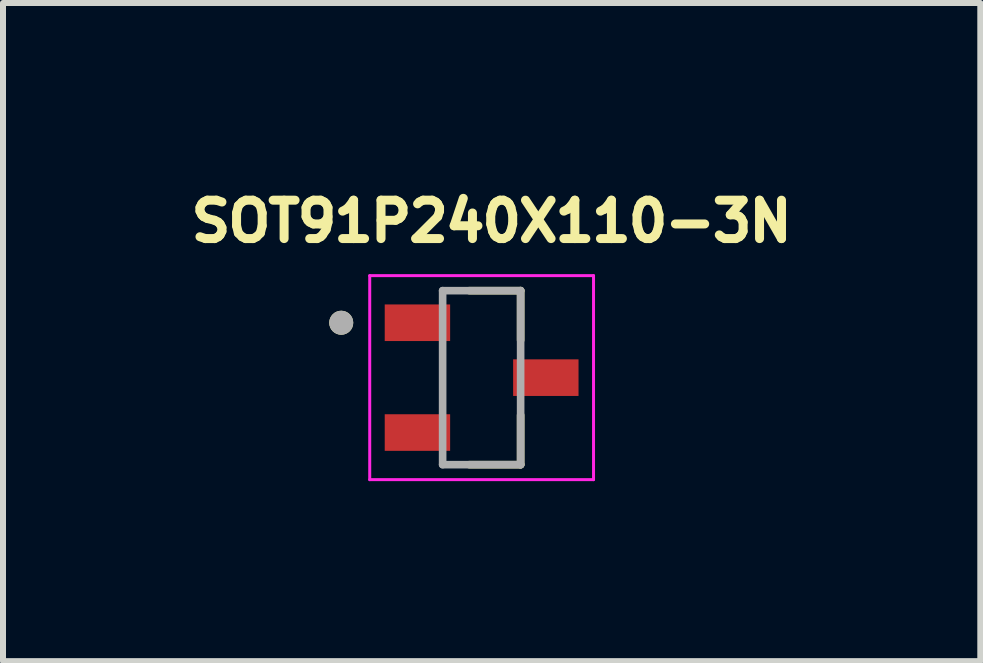
<source format=kicad_pcb>
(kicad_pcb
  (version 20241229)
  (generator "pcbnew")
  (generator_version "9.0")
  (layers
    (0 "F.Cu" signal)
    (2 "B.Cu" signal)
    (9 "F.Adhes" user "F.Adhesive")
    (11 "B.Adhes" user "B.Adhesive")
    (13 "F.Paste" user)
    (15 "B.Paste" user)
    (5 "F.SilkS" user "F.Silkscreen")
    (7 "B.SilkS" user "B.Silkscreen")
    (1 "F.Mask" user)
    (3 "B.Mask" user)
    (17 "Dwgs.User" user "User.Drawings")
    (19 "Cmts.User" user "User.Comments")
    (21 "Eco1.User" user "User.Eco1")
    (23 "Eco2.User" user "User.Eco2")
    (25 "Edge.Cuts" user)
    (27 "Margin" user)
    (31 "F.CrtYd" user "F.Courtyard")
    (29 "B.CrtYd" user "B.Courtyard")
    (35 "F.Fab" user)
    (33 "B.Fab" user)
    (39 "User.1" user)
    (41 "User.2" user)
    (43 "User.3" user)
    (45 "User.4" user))
  (footprint "SOT91P240X110-3N"
    (layer "F.Cu")
    (at 4.977 3.244)
    (property "Reference" "SOT91P240X110-3N" (at 0.167 -2.606 0) (layer "F.SilkS") (effects (font (size 0.64 0.64) (thickness 0.15))))
    (attr smd)
    (fp_line (start -0.205 -1.45) (end 0.65 -1.45) (stroke (width 0.127) (type solid)) (layer "F.SilkS"))
    (fp_line (start 0.65 -1.45) (end 0.65 -0.625) (stroke (width 0.127) (type solid)) (layer "F.SilkS"))
    (fp_line (start 0.65 1.45) (end -0.205 1.45) (stroke (width 0.127) (type solid)) (layer "F.SilkS"))
    (fp_line (start 0.65 1.45) (end 0.65 0.625) (stroke (width 0.127) (type solid)) (layer "F.SilkS"))
    (fp_circle (center -2.34 -0.915) (end -2.24 -0.915) (stroke (width 0.2) (type solid)) (fill no) (layer "F.SilkS"))
    (fp_line (start -1.865 -1.7) (end -1.865 1.7) (stroke (width 0.05) (type solid)) (layer "F.CrtYd"))
    (fp_line (start -1.865 1.7) (end 1.865 1.7) (stroke (width 0.05) (type solid)) (layer "F.CrtYd"))
    (fp_line (start 1.865 -1.7) (end -1.865 -1.7) (stroke (width 0.05) (type solid)) (layer "F.CrtYd"))
    (fp_line (start 1.865 1.7) (end 1.865 -1.7) (stroke (width 0.05) (type solid)) (layer "F.CrtYd"))
    (fp_line (start -0.65 -1.45) (end 0.65 -1.45) (stroke (width 0.127) (type solid)) (layer "F.Fab"))
    (fp_line (start -0.65 1.45) (end -0.65 -1.45) (stroke (width 0.127) (type solid)) (layer "F.Fab"))
    (fp_line (start 0.65 -1.45) (end 0.65 1.45) (stroke (width 0.127) (type solid)) (layer "F.Fab"))
    (fp_line (start 0.65 1.45) (end -0.65 1.45) (stroke (width 0.127) (type solid)) (layer "F.Fab"))
    (fp_circle (center -2.34 -0.915) (end -2.24 -0.915) (stroke (width 0.2) (type solid)) (fill no) (layer "F.Fab"))
    (pad "1" smd rect (at 1.07 0) (size 1.09 0.61) (layers "F.Cu" "F.Mask" "F.Paste"))
    (pad "2" smd rect (at -1.07 -0.915) (size 1.09 0.61) (layers "F.Cu" "F.Mask" "F.Paste"))
    (pad "3" smd rect (at -1.07 0.915) (size 1.09 0.61) (layers "F.Cu" "F.Mask" "F.Paste")))
  (gr_rect
    (start -3 -3)
    (end 13.288 7.969)
    (stroke (width 0.1) (type default))
    (fill no)
    (layer "Edge.Cuts")))
</source>
